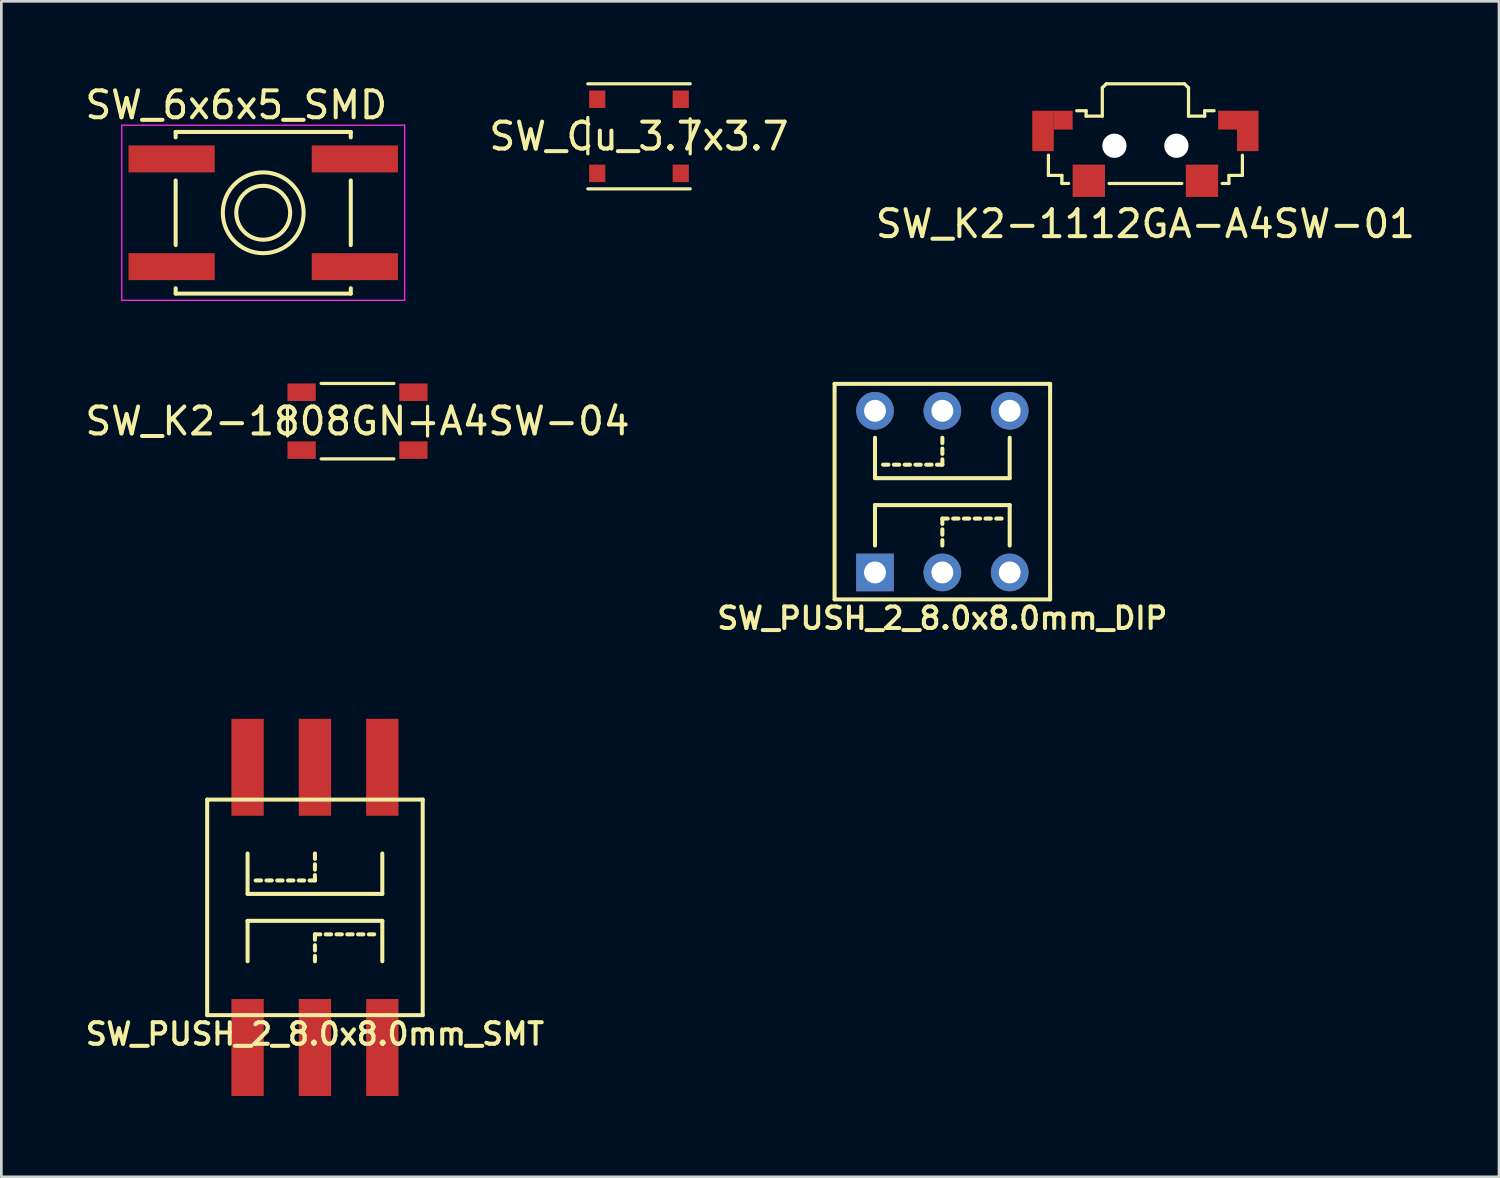
<source format=kicad_pcb>
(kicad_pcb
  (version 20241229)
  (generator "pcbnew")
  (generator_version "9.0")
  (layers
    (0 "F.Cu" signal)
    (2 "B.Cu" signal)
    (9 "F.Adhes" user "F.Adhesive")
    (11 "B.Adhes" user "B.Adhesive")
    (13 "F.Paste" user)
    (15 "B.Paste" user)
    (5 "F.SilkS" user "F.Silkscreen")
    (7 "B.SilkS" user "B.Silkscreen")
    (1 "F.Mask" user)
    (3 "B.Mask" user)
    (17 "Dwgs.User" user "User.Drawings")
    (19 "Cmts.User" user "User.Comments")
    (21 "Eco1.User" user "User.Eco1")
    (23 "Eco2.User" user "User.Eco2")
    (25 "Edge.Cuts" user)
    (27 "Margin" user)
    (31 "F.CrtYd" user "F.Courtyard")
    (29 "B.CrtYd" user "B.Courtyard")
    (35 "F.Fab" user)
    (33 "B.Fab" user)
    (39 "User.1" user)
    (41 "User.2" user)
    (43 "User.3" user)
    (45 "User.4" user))
  (footprint "SW_PUSH_2_8.0x8.0mm_SMT"
    (layer "F.Cu")
    (at 8.64 30.63)
    (property "Reference" "SW_PUSH_2_8.0x8.0mm_SMT" (at 0 4.7 0) (layer "F.SilkS") (effects (font (size 0.8 0.8) (thickness 0.15))))
    (attr through_hole)
    (fp_line (start -4 -4) (end -4 4) (stroke (width 0.15) (type solid)) (layer "F.SilkS"))
    (fp_line (start -4 4) (end 4 4) (stroke (width 0.15) (type solid)) (layer "F.SilkS"))
    (fp_line (start -2.5 -0.5) (end -2.5 -2) (stroke (width 0.15) (type solid)) (layer "F.SilkS"))
    (fp_line (start -2.5 0.5) (end 2.5 0.5) (stroke (width 0.15) (type solid)) (layer "F.SilkS"))
    (fp_line (start -2.5 2) (end -2.5 0.5) (stroke (width 0.15) (type solid)) (layer "F.SilkS"))
    (fp_line (start -2.2 -1) (end -2 -1) (stroke (width 0.15) (type solid)) (layer "F.SilkS"))
    (fp_line (start -1.8 -1) (end -1.6 -1) (stroke (width 0.15) (type solid)) (layer "F.SilkS"))
    (fp_line (start -1.4 -1) (end -1.2 -1) (stroke (width 0.15) (type solid)) (layer "F.SilkS"))
    (fp_line (start -1 -1) (end -0.8 -1) (stroke (width 0.15) (type solid)) (layer "F.SilkS"))
    (fp_line (start -0.6 -1) (end -0.4 -1) (stroke (width 0.15) (type solid)) (layer "F.SilkS"))
    (fp_line (start 0 -2) (end 0 -1.8) (stroke (width 0.15) (type solid)) (layer "F.SilkS"))
    (fp_line (start 0 -1.6) (end 0 -1.4) (stroke (width 0.15) (type solid)) (layer "F.SilkS"))
    (fp_line (start 0 -1.2) (end 0 -1) (stroke (width 0.15) (type solid)) (layer "F.SilkS"))
    (fp_line (start 0 -1) (end -0.2 -1) (stroke (width 0.15) (type solid)) (layer "F.SilkS"))
    (fp_line (start 0 1) (end 0.2 1) (stroke (width 0.15) (type solid)) (layer "F.SilkS"))
    (fp_line (start 0 1.2) (end 0 1) (stroke (width 0.15) (type solid)) (layer "F.SilkS"))
    (fp_line (start 0 1.6) (end 0 1.4) (stroke (width 0.15) (type solid)) (layer "F.SilkS"))
    (fp_line (start 0 2) (end 0 1.8) (stroke (width 0.15) (type solid)) (layer "F.SilkS"))
    (fp_line (start 0.6 1) (end 0.4 1) (stroke (width 0.15) (type solid)) (layer "F.SilkS"))
    (fp_line (start 1 1) (end 0.8 1) (stroke (width 0.15) (type solid)) (layer "F.SilkS"))
    (fp_line (start 1.4 1) (end 1.2 1) (stroke (width 0.15) (type solid)) (layer "F.SilkS"))
    (fp_line (start 1.8 1) (end 1.6 1) (stroke (width 0.15) (type solid)) (layer "F.SilkS"))
    (fp_line (start 2.2 1) (end 2 1) (stroke (width 0.15) (type solid)) (layer "F.SilkS"))
    (fp_line (start 2.5 -2) (end 2.5 -0.5) (stroke (width 0.15) (type solid)) (layer "F.SilkS"))
    (fp_line (start 2.5 -0.5) (end -2.5 -0.5) (stroke (width 0.15) (type solid)) (layer "F.SilkS"))
    (fp_line (start 2.5 0.5) (end 2.5 2) (stroke (width 0.15) (type solid)) (layer "F.SilkS"))
    (fp_line (start 4 -4) (end -4 -4) (stroke (width 0.15) (type solid)) (layer "F.SilkS"))
    (fp_line (start 4 4) (end 4 -4) (stroke (width 0.15) (type solid)) (layer "F.SilkS"))
    (pad "1" smd rect (at -2.5 5.2) (size 1.2 3.6) (layers "F.Cu" "F.Mask" "F.Paste"))
    (pad "2" smd rect (at 0 5.2) (size 1.2 3.6) (layers "F.Cu" "F.Mask" "F.Paste"))
    (pad "3" smd rect (at 2.5 5.2) (size 1.2 3.6) (layers "F.Cu" "F.Mask" "F.Paste"))
    (pad "4" smd rect (at 2.5 -5.2) (size 1.2 3.6) (layers "F.Cu" "F.Mask" "F.Paste"))
    (pad "5" smd rect (at 0 -5.2) (size 1.2 3.6) (layers "F.Cu" "F.Mask" "F.Paste"))
    (pad "6" smd rect (at -2.5 -5.2) (size 1.2 3.6) (layers "F.Cu" "F.Mask" "F.Paste")))
  (footprint "SW_K2-1808GN-A4SW-04"
    (layer "F.Cu")
    (at 10.22 12.583)
    (property "Reference" "SW_K2-1808GN-A4SW-04" (at 0 0 0) (layer "F.SilkS") (effects (font (size 1 1) (thickness 0.15))))
    (attr through_hole)
    (fp_line (start -2.6 -0.55) (end -2.6 0.55) (stroke (width 0.12) (type solid)) (layer "F.SilkS"))
    (fp_line (start -1.35 -1.4) (end 1.35 -1.4) (stroke (width 0.12) (type solid)) (layer "F.SilkS"))
    (fp_line (start 1.35 1.4) (end -1.35 1.4) (stroke (width 0.12) (type solid)) (layer "F.SilkS"))
    (fp_line (start 2.6 -0.55) (end 2.6 0.55) (stroke (width 0.12) (type solid)) (layer "F.SilkS"))
    (pad "1" smd rect (at -2.075 -1.075) (size 1.05 0.65) (layers "F.Cu" "F.Mask" "F.Paste"))
    (pad "1" smd rect (at 2.075 -1.075) (size 1.05 0.65) (layers "F.Cu" "F.Mask" "F.Paste"))
    (pad "2" smd rect (at -2.075 1.075) (size 1.05 0.65) (layers "F.Cu" "F.Mask" "F.Paste"))
    (pad "2" smd rect (at 2.075 1.075) (size 1.05 0.65) (layers "F.Cu" "F.Mask" "F.Paste")))
  (footprint "SW_PUSH_2_8.0x8.0mm_DIP"
    (layer "F.Cu")
    (at 31.928 15.198)
    (property "Reference" "SW_PUSH_2_8.0x8.0mm_DIP" (at 0 4.7 0) (layer "F.SilkS") (effects (font (size 0.8 0.8) (thickness 0.15))))
    (attr through_hole)
    (fp_line (start -4 -4) (end -4 4) (stroke (width 0.15) (type solid)) (layer "F.SilkS"))
    (fp_line (start -4 4) (end 4 4) (stroke (width 0.15) (type solid)) (layer "F.SilkS"))
    (fp_line (start -2.5 -0.5) (end -2.5 -2) (stroke (width 0.15) (type solid)) (layer "F.SilkS"))
    (fp_line (start -2.5 0.5) (end 2.5 0.5) (stroke (width 0.15) (type solid)) (layer "F.SilkS"))
    (fp_line (start -2.5 2) (end -2.5 0.5) (stroke (width 0.15) (type solid)) (layer "F.SilkS"))
    (fp_line (start -2.2 -1) (end -2 -1) (stroke (width 0.15) (type solid)) (layer "F.SilkS"))
    (fp_line (start -1.8 -1) (end -1.6 -1) (stroke (width 0.15) (type solid)) (layer "F.SilkS"))
    (fp_line (start -1.4 -1) (end -1.2 -1) (stroke (width 0.15) (type solid)) (layer "F.SilkS"))
    (fp_line (start -1 -1) (end -0.8 -1) (stroke (width 0.15) (type solid)) (layer "F.SilkS"))
    (fp_line (start -0.6 -1) (end -0.4 -1) (stroke (width 0.15) (type solid)) (layer "F.SilkS"))
    (fp_line (start 0 -2) (end 0 -1.8) (stroke (width 0.15) (type solid)) (layer "F.SilkS"))
    (fp_line (start 0 -1.6) (end 0 -1.4) (stroke (width 0.15) (type solid)) (layer "F.SilkS"))
    (fp_line (start 0 -1.2) (end 0 -1) (stroke (width 0.15) (type solid)) (layer "F.SilkS"))
    (fp_line (start 0 -1) (end -0.2 -1) (stroke (width 0.15) (type solid)) (layer "F.SilkS"))
    (fp_line (start 0 1) (end 0.2 1) (stroke (width 0.15) (type solid)) (layer "F.SilkS"))
    (fp_line (start 0 1.2) (end 0 1) (stroke (width 0.15) (type solid)) (layer "F.SilkS"))
    (fp_line (start 0 1.6) (end 0 1.4) (stroke (width 0.15) (type solid)) (layer "F.SilkS"))
    (fp_line (start 0 2) (end 0 1.8) (stroke (width 0.15) (type solid)) (layer "F.SilkS"))
    (fp_line (start 0.6 1) (end 0.4 1) (stroke (width 0.15) (type solid)) (layer "F.SilkS"))
    (fp_line (start 1 1) (end 0.8 1) (stroke (width 0.15) (type solid)) (layer "F.SilkS"))
    (fp_line (start 1.4 1) (end 1.2 1) (stroke (width 0.15) (type solid)) (layer "F.SilkS"))
    (fp_line (start 1.8 1) (end 1.6 1) (stroke (width 0.15) (type solid)) (layer "F.SilkS"))
    (fp_line (start 2.2 1) (end 2 1) (stroke (width 0.15) (type solid)) (layer "F.SilkS"))
    (fp_line (start 2.5 -2) (end 2.5 -0.5) (stroke (width 0.15) (type solid)) (layer "F.SilkS"))
    (fp_line (start 2.5 -0.5) (end -2.5 -0.5) (stroke (width 0.15) (type solid)) (layer "F.SilkS"))
    (fp_line (start 2.5 0.5) (end 2.5 2) (stroke (width 0.15) (type solid)) (layer "F.SilkS"))
    (fp_line (start 4 -4) (end -4 -4) (stroke (width 0.15) (type solid)) (layer "F.SilkS"))
    (fp_line (start 4 4) (end 4 -4) (stroke (width 0.15) (type solid)) (layer "F.SilkS"))
    (pad "1" thru_hole rect (at -2.5 3) (size 1.397 1.397) (drill 0.813) (layers "*.Cu" "*.Mask"))
    (pad "2" thru_hole circle (at 0 3) (size 1.397 1.397) (drill 0.813) (layers "*.Cu" "*.Mask"))
    (pad "3" thru_hole circle (at 2.5 3) (size 1.397 1.397) (drill 0.813) (layers "*.Cu" "*.Mask"))
    (pad "4" thru_hole circle (at 2.5 -3) (size 1.397 1.397) (drill 0.813) (layers "*.Cu" "*.Mask"))
    (pad "5" thru_hole circle (at 0 -3) (size 1.397 1.397) (drill 0.813) (layers "*.Cu" "*.Mask"))
    (pad "6" thru_hole circle (at -2.5 -3) (size 1.397 1.397) (drill 0.813) (layers "*.Cu" "*.Mask")))
  (footprint "SW_6x6x5_SMD"
    (layer "F.Cu")
    (at 6.72 4.848)
    (property "Reference" "SW_6x6x5_SMD" (at -1 -4 0) (layer "F.SilkS") (effects (font (size 1 1) (thickness 0.15))))
    (attr smd)
    (fp_line (start -3.25 -3) (end -3.25 -2.8) (stroke (width 0.15) (type solid)) (layer "F.SilkS"))
    (fp_line (start -3.25 -1.2) (end -3.25 1.2) (stroke (width 0.15) (type solid)) (layer "F.SilkS"))
    (fp_line (start -3.25 3) (end -3.25 2.8) (stroke (width 0.15) (type solid)) (layer "F.SilkS"))
    (fp_line (start -3.25 3) (end 3.25 3) (stroke (width 0.15) (type solid)) (layer "F.SilkS"))
    (fp_line (start 3.25 -3) (end -3.25 -3) (stroke (width 0.15) (type solid)) (layer "F.SilkS"))
    (fp_line (start 3.25 -3) (end 3.25 -2.8) (stroke (width 0.15) (type solid)) (layer "F.SilkS"))
    (fp_line (start 3.25 -1.2) (end 3.25 1.2) (stroke (width 0.15) (type solid)) (layer "F.SilkS"))
    (fp_line (start 3.25 3) (end 3.25 2.8) (stroke (width 0.15) (type solid)) (layer "F.SilkS"))
    (fp_circle (center 0 0) (end 1 0) (stroke (width 0.15) (type solid)) (fill no) (layer "F.SilkS"))
    (fp_circle (center 0 0) (end 1.5 0) (stroke (width 0.15) (type solid)) (fill no) (layer "F.SilkS"))
    (fp_line (start -5.25 -3.25) (end 5.25 -3.25) (stroke (width 0.05) (type solid)) (layer "F.CrtYd"))
    (fp_line (start -5.25 3.25) (end -5.25 -3.25) (stroke (width 0.05) (type solid)) (layer "F.CrtYd"))
    (fp_line (start 5.25 -3.25) (end 5.25 3.25) (stroke (width 0.05) (type solid)) (layer "F.CrtYd"))
    (fp_line (start 5.25 3.25) (end -5.25 3.25) (stroke (width 0.05) (type solid)) (layer "F.CrtYd"))
    (pad "1" smd rect (at -3.4 -2) (size 3.2 1) (layers "F.Cu" "F.Mask" "F.Paste"))
    (pad "1" smd rect (at 3.4 -2) (size 3.2 1) (layers "F.Cu" "F.Mask" "F.Paste"))
    (pad "2" smd rect (at -3.4 2) (size 3.2 1) (layers "F.Cu" "F.Mask" "F.Paste"))
    (pad "2" smd rect (at 3.4 2) (size 3.2 1) (layers "F.Cu" "F.Mask" "F.Paste")))
  (footprint "SW_K2-1112GA-A4SW-01"
    (layer "F.Cu")
    (at 39.465 2.36)
    (property "Reference" "SW_K2-1112GA-A4SW-01" (at 0 2.9 0) (layer "F.SilkS") (effects (font (size 1 1) (thickness 0.15))))
    (attr through_hole)
    (fp_line (start -3.6 0.35) (end -3.6 1.1) (stroke (width 0.12) (type solid)) (layer "F.SilkS"))
    (fp_line (start -3.6 1.1) (end -3.1 1.1) (stroke (width 0.12) (type solid)) (layer "F.SilkS"))
    (fp_line (start -3.1 1.1) (end -3.1 1.4) (stroke (width 0.12) (type solid)) (layer "F.SilkS"))
    (fp_line (start -3.1 1.4) (end -2.85 1.4) (stroke (width 0.12) (type solid)) (layer "F.SilkS"))
    (fp_line (start -2.55 -1.3) (end -2.2 -1.3) (stroke (width 0.12) (type solid)) (layer "F.SilkS"))
    (fp_line (start -2.2 -1.3) (end -2.2 -1.1) (stroke (width 0.12) (type solid)) (layer "F.SilkS"))
    (fp_line (start -2.2 -1.1) (end -1.6 -1.1) (stroke (width 0.12) (type solid)) (layer "F.SilkS"))
    (fp_line (start -1.6 -2.15) (end -1.45 -2.3) (stroke (width 0.12) (type solid)) (layer "F.SilkS"))
    (fp_line (start -1.6 -1.1) (end -1.6 -2.15) (stroke (width 0.12) (type solid)) (layer "F.SilkS"))
    (fp_line (start -1.45 -2.3) (end 1.45 -2.3) (stroke (width 0.12) (type solid)) (layer "F.SilkS"))
    (fp_line (start -1.35 1.4) (end 1.35 1.4) (stroke (width 0.12) (type solid)) (layer "F.SilkS"))
    (fp_line (start 1.45 -2.3) (end 1.6 -2.15) (stroke (width 0.12) (type solid)) (layer "F.SilkS"))
    (fp_line (start 1.6 -1.1) (end 1.6 -2.15) (stroke (width 0.12) (type solid)) (layer "F.SilkS"))
    (fp_line (start 2.2 -1.3) (end 2.2 -1.1) (stroke (width 0.12) (type solid)) (layer "F.SilkS"))
    (fp_line (start 2.2 -1.1) (end 1.6 -1.1) (stroke (width 0.12) (type solid)) (layer "F.SilkS"))
    (fp_line (start 2.55 -1.3) (end 2.2 -1.3) (stroke (width 0.12) (type solid)) (layer "F.SilkS"))
    (fp_line (start 3.1 1.1) (end 3.1 1.4) (stroke (width 0.12) (type solid)) (layer "F.SilkS"))
    (fp_line (start 3.1 1.4) (end 2.85 1.4) (stroke (width 0.12) (type solid)) (layer "F.SilkS"))
    (fp_line (start 3.6 0.35) (end 3.6 1.1) (stroke (width 0.12) (type solid)) (layer "F.SilkS"))
    (fp_line (start 3.6 1.1) (end 3.1 1.1) (stroke (width 0.12) (type solid)) (layer "F.SilkS"))
    (pad "" np_thru_hole circle (at -1.15 0) (size 0.9 0.9) (drill 0.9) (layers "*.Cu" "*.Mask"))
    (pad "" np_thru_hole circle (at 1.15 0) (size 0.9 0.9) (drill 0.9) (layers "*.Cu" "*.Mask"))
    (pad "1" smd rect (at -2.1 1.3) (size 1.2 1.2) (layers "F.Cu" "F.Mask" "F.Paste"))
    (pad "2" smd rect (at 2.1 1.3) (size 1.2 1.2) (layers "F.Cu" "F.Mask" "F.Paste"))
    (pad "MP" smd rect (at -3.8 -0.55) (size 0.8 1.5) (layers "F.Cu" "F.Mask" "F.Paste"))
    (pad "MP" smd rect (at -3.05 -0.95) (size 0.7 0.7) (layers "F.Cu" "F.Mask" "F.Paste"))
    (pad "MP" smd rect (at 3.05 -0.95) (size 0.7 0.7) (layers "F.Cu" "F.Mask" "F.Paste"))
    (pad "MP" smd rect (at 3.8 -0.55) (size 0.8 1.5) (layers "F.Cu" "F.Mask" "F.Paste")))
  (footprint "SW_Cu_3.7x3.7"
    (layer "F.Cu")
    (at 20.668 2.01)
    (property "Reference" "SW_Cu_3.7x3.7" (at 0 0 0) (layer "F.SilkS") (effects (font (size 1 1) (thickness 0.15))))
    (attr through_hole)
    (fp_line (start -1.9 -0.7) (end -1.9 0.65) (stroke (width 0.12) (type solid)) (layer "F.SilkS"))
    (fp_line (start 1.9 -1.95) (end -1.9 -1.95) (stroke (width 0.12) (type solid)) (layer "F.SilkS"))
    (fp_line (start 1.9 -0.65) (end 1.9 0.65) (stroke (width 0.12) (type solid)) (layer "F.SilkS"))
    (fp_line (start 1.9 1.95) (end -1.9 1.95) (stroke (width 0.12) (type solid)) (layer "F.SilkS"))
    (pad "1" smd rect (at -1.55 -1.375) (size 0.6 0.65) (layers "F.Cu" "F.Mask" "F.Paste"))
    (pad "1" smd rect (at 1.55 -1.375) (size 0.6 0.65) (layers "F.Cu" "F.Mask" "F.Paste"))
    (pad "2" smd rect (at -1.55 1.375) (size 0.6 0.65) (layers "F.Cu" "F.Mask" "F.Paste"))
    (pad "2" smd rect (at 1.55 1.375) (size 0.6 0.65) (layers "F.Cu" "F.Mask" "F.Paste")))
  (gr_rect
    (start -3 -3)
    (end 52.59 40.63)
    (stroke (width 0.1) (type default))
    (fill no)
    (layer "Edge.Cuts")))
</source>
